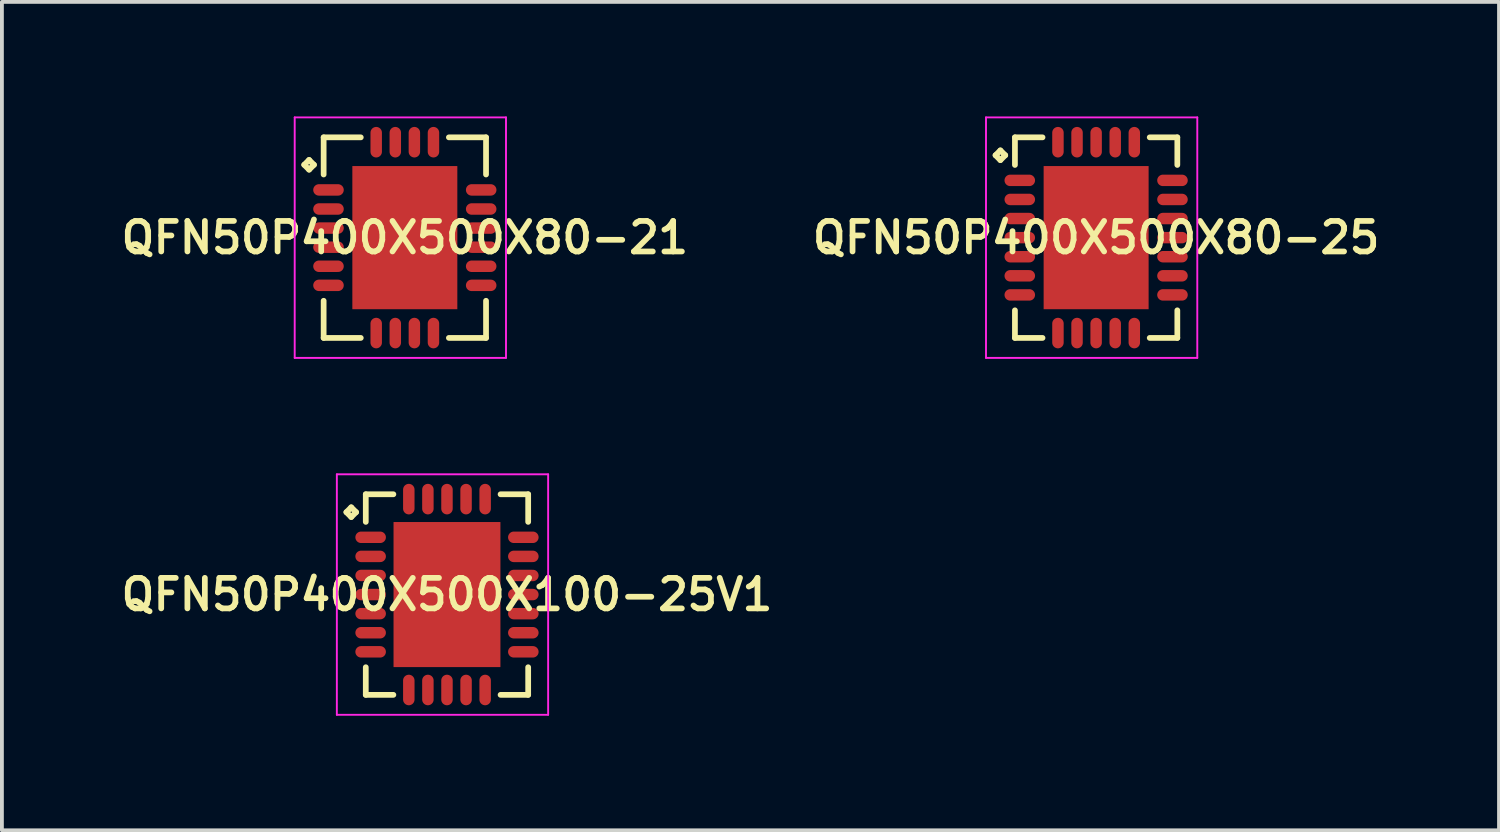
<source format=kicad_pcb>
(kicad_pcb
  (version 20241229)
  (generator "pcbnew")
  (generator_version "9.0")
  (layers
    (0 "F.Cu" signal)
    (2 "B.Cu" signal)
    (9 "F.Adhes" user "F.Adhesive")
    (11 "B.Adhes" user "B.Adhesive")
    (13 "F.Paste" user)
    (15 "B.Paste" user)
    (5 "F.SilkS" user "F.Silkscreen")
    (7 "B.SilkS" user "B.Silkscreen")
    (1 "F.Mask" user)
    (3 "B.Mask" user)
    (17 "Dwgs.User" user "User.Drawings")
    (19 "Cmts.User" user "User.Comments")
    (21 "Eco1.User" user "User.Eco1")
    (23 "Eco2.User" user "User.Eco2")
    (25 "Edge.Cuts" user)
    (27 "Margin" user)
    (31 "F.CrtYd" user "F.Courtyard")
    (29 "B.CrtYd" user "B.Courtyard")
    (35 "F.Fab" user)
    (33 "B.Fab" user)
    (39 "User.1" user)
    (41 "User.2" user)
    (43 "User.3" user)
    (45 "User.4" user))
  (footprint "QFN50P400X500X80-25"
    (layer "F.Cu")
    (at 25.664 3.175)
    (property "Reference" "QFN50P400X500X80-25" (at 0 0 0) (layer "F.SilkS") (effects (font (size 0.8 0.8) (thickness 0.15))))
    (attr smd)
    (fp_line (start -2.635 -2.158) (end -2.508 -2.285) (stroke (width 0.15) (type solid)) (layer "F.SilkS"))
    (fp_line (start -2.508 -2.285) (end -2.381 -2.158) (stroke (width 0.15) (type solid)) (layer "F.SilkS"))
    (fp_line (start -2.508 -2.031) (end -2.635 -2.158) (stroke (width 0.15) (type solid)) (layer "F.SilkS"))
    (fp_line (start -2.381 -2.158) (end -2.508 -2.031) (stroke (width 0.15) (type solid)) (layer "F.SilkS"))
    (fp_line (start -2.127 -2.627) (end -1.404 -2.627) (stroke (width 0.15) (type solid)) (layer "F.SilkS"))
    (fp_line (start -2.127 -1.904) (end -2.127 -2.627) (stroke (width 0.15) (type solid)) (layer "F.SilkS"))
    (fp_line (start -2.127 1.904) (end -2.127 2.627) (stroke (width 0.15) (type solid)) (layer "F.SilkS"))
    (fp_line (start -2.127 2.627) (end -1.404 2.627) (stroke (width 0.15) (type solid)) (layer "F.SilkS"))
    (fp_line (start 1.404 -2.627) (end 2.127 -2.627) (stroke (width 0.15) (type solid)) (layer "F.SilkS"))
    (fp_line (start 1.404 2.627) (end 2.127 2.627) (stroke (width 0.15) (type solid)) (layer "F.SilkS"))
    (fp_line (start 2.127 -2.627) (end 2.127 -1.904) (stroke (width 0.15) (type solid)) (layer "F.SilkS"))
    (fp_line (start 2.127 2.627) (end 2.127 1.904) (stroke (width 0.15) (type solid)) (layer "F.SilkS"))
    (fp_line (start -2.885 -3.15) (end 2.65 -3.15) (stroke (width 0.05) (type solid)) (layer "F.CrtYd"))
    (fp_line (start -2.885 3.15) (end -2.885 -3.15) (stroke (width 0.05) (type solid)) (layer "F.CrtYd"))
    (fp_line (start 2.65 -3.15) (end 2.65 3.15) (stroke (width 0.05) (type solid)) (layer "F.CrtYd"))
    (fp_line (start 2.65 3.15) (end -2.885 3.15) (stroke (width 0.05) (type solid)) (layer "F.CrtYd"))
    (pad "1" smd oval (at -2 -1.5) (size 0.8 0.3) (layers "F.Cu" "F.Mask" "F.Paste"))
    (pad "2" smd oval (at -2 -1) (size 0.8 0.3) (layers "F.Cu" "F.Mask" "F.Paste"))
    (pad "3" smd oval (at -2 -0.5) (size 0.8 0.3) (layers "F.Cu" "F.Mask" "F.Paste"))
    (pad "4" smd oval (at -2 0) (size 0.8 0.3) (layers "F.Cu" "F.Mask" "F.Paste"))
    (pad "5" smd oval (at -2 0.5) (size 0.8 0.3) (layers "F.Cu" "F.Mask" "F.Paste"))
    (pad "6" smd oval (at -2 1) (size 0.8 0.3) (layers "F.Cu" "F.Mask" "F.Paste"))
    (pad "7" smd oval (at -2 1.5) (size 0.8 0.3) (layers "F.Cu" "F.Mask" "F.Paste"))
    (pad "8" smd oval (at -1 2.5) (size 0.3 0.8) (layers "F.Cu" "F.Mask" "F.Paste"))
    (pad "9" smd oval (at -0.5 2.5) (size 0.3 0.8) (layers "F.Cu" "F.Mask" "F.Paste"))
    (pad "10" smd oval (at 0 2.5) (size 0.3 0.8) (layers "F.Cu" "F.Mask" "F.Paste"))
    (pad "11" smd oval (at 0.5 2.5) (size 0.3 0.8) (layers "F.Cu" "F.Mask" "F.Paste"))
    (pad "12" smd oval (at 1 2.5) (size 0.3 0.8) (layers "F.Cu" "F.Mask" "F.Paste"))
    (pad "13" smd oval (at 2 1.5) (size 0.8 0.3) (layers "F.Cu" "F.Mask" "F.Paste"))
    (pad "14" smd oval (at 2 1) (size 0.8 0.3) (layers "F.Cu" "F.Mask" "F.Paste"))
    (pad "15" smd oval (at 2 0.5) (size 0.8 0.3) (layers "F.Cu" "F.Mask" "F.Paste"))
    (pad "16" smd oval (at 2 0) (size 0.8 0.3) (layers "F.Cu" "F.Mask" "F.Paste"))
    (pad "17" smd oval (at 2 -0.5) (size 0.8 0.3) (layers "F.Cu" "F.Mask" "F.Paste"))
    (pad "18" smd oval (at 2 -1) (size 0.8 0.3) (layers "F.Cu" "F.Mask" "F.Paste"))
    (pad "19" smd oval (at 2 -1.5) (size 0.8 0.3) (layers "F.Cu" "F.Mask" "F.Paste"))
    (pad "20" smd oval (at 1 -2.5) (size 0.3 0.8) (layers "F.Cu" "F.Mask" "F.Paste"))
    (pad "21" smd oval (at 0.5 -2.5) (size 0.3 0.8) (layers "F.Cu" "F.Mask" "F.Paste"))
    (pad "22" smd oval (at 0 -2.5) (size 0.3 0.8) (layers "F.Cu" "F.Mask" "F.Paste"))
    (pad "23" smd oval (at -0.5 -2.5) (size 0.3 0.8) (layers "F.Cu" "F.Mask" "F.Paste"))
    (pad "24" smd oval (at -1 -2.5) (size 0.3 0.8) (layers "F.Cu" "F.Mask" "F.Paste"))
    (pad "25" smd rect (at 0 0) (size 2.75 3.75) (layers "F.Cu" "F.Mask" "F.Paste")))
  (footprint "QFN50P400X500X80-21"
    (layer "F.Cu")
    (at 7.555 3.175)
    (property "Reference" "QFN50P400X500X80-21" (at 0 0 0) (layer "F.SilkS") (effects (font (size 0.8 0.8) (thickness 0.15))))
    (attr smd)
    (fp_line (start -2.635 -1.908) (end -2.508 -2.035) (stroke (width 0.15) (type solid)) (layer "F.SilkS"))
    (fp_line (start -2.508 -2.035) (end -2.381 -1.908) (stroke (width 0.15) (type solid)) (layer "F.SilkS"))
    (fp_line (start -2.508 -1.781) (end -2.635 -1.908) (stroke (width 0.15) (type solid)) (layer "F.SilkS"))
    (fp_line (start -2.381 -1.908) (end -2.508 -1.781) (stroke (width 0.15) (type solid)) (layer "F.SilkS"))
    (fp_line (start -2.127 -2.627) (end -1.154 -2.627) (stroke (width 0.15) (type solid)) (layer "F.SilkS"))
    (fp_line (start -2.127 -1.654) (end -2.127 -2.627) (stroke (width 0.15) (type solid)) (layer "F.SilkS"))
    (fp_line (start -2.127 1.654) (end -2.127 2.627) (stroke (width 0.15) (type solid)) (layer "F.SilkS"))
    (fp_line (start -2.127 2.627) (end -1.154 2.627) (stroke (width 0.15) (type solid)) (layer "F.SilkS"))
    (fp_line (start 1.154 -2.627) (end 2.127 -2.627) (stroke (width 0.15) (type solid)) (layer "F.SilkS"))
    (fp_line (start 1.154 2.627) (end 2.127 2.627) (stroke (width 0.15) (type solid)) (layer "F.SilkS"))
    (fp_line (start 2.127 -2.627) (end 2.127 -1.654) (stroke (width 0.15) (type solid)) (layer "F.SilkS"))
    (fp_line (start 2.127 2.627) (end 2.127 1.654) (stroke (width 0.15) (type solid)) (layer "F.SilkS"))
    (fp_line (start -2.885 -3.15) (end 2.65 -3.15) (stroke (width 0.05) (type solid)) (layer "F.CrtYd"))
    (fp_line (start -2.885 3.15) (end -2.885 -3.15) (stroke (width 0.05) (type solid)) (layer "F.CrtYd"))
    (fp_line (start 2.65 -3.15) (end 2.65 3.15) (stroke (width 0.05) (type solid)) (layer "F.CrtYd"))
    (fp_line (start 2.65 3.15) (end -2.885 3.15) (stroke (width 0.05) (type solid)) (layer "F.CrtYd"))
    (pad "1" smd oval (at -2 -1.25) (size 0.8 0.3) (layers "F.Cu" "F.Mask" "F.Paste"))
    (pad "2" smd oval (at -2 -0.75) (size 0.8 0.3) (layers "F.Cu" "F.Mask" "F.Paste"))
    (pad "3" smd oval (at -2 -0.25) (size 0.8 0.3) (layers "F.Cu" "F.Mask" "F.Paste"))
    (pad "4" smd oval (at -2 0.25) (size 0.8 0.3) (layers "F.Cu" "F.Mask" "F.Paste"))
    (pad "5" smd oval (at -2 0.75) (size 0.8 0.3) (layers "F.Cu" "F.Mask" "F.Paste"))
    (pad "6" smd oval (at -2 1.25) (size 0.8 0.3) (layers "F.Cu" "F.Mask" "F.Paste"))
    (pad "7" smd oval (at -0.75 2.5) (size 0.3 0.8) (layers "F.Cu" "F.Mask" "F.Paste"))
    (pad "8" smd oval (at -0.25 2.5) (size 0.3 0.8) (layers "F.Cu" "F.Mask" "F.Paste"))
    (pad "9" smd oval (at 0.25 2.5) (size 0.3 0.8) (layers "F.Cu" "F.Mask" "F.Paste"))
    (pad "10" smd oval (at 0.75 2.5) (size 0.3 0.8) (layers "F.Cu" "F.Mask" "F.Paste"))
    (pad "11" smd oval (at 2 1.25) (size 0.8 0.3) (layers "F.Cu" "F.Mask" "F.Paste"))
    (pad "12" smd oval (at 2 0.75) (size 0.8 0.3) (layers "F.Cu" "F.Mask" "F.Paste"))
    (pad "13" smd oval (at 2 0.25) (size 0.8 0.3) (layers "F.Cu" "F.Mask" "F.Paste"))
    (pad "14" smd oval (at 2 -0.25) (size 0.8 0.3) (layers "F.Cu" "F.Mask" "F.Paste"))
    (pad "15" smd oval (at 2 -0.75) (size 0.8 0.3) (layers "F.Cu" "F.Mask" "F.Paste"))
    (pad "16" smd oval (at 2 -1.25) (size 0.8 0.3) (layers "F.Cu" "F.Mask" "F.Paste"))
    (pad "17" smd oval (at 0.75 -2.5) (size 0.3 0.8) (layers "F.Cu" "F.Mask" "F.Paste"))
    (pad "18" smd oval (at 0.25 -2.5) (size 0.3 0.8) (layers "F.Cu" "F.Mask" "F.Paste"))
    (pad "19" smd oval (at -0.25 -2.5) (size 0.3 0.8) (layers "F.Cu" "F.Mask" "F.Paste"))
    (pad "20" smd oval (at -0.75 -2.5) (size 0.3 0.8) (layers "F.Cu" "F.Mask" "F.Paste"))
    (pad "21" smd rect (at 0 0) (size 2.75 3.75) (layers "F.Cu" "F.Mask" "F.Paste")))
  (footprint "QFN50P400X500X100-25V1"
    (layer "F.Cu")
    (at 8.659 12.525)
    (property "Reference" "QFN50P400X500X100-25V1" (at 0 0 0) (layer "F.SilkS") (effects (font (size 0.8 0.8) (thickness 0.15))))
    (attr smd)
    (fp_line (start -2.635 -2.158) (end -2.508 -2.285) (stroke (width 0.15) (type solid)) (layer "F.SilkS"))
    (fp_line (start -2.508 -2.285) (end -2.381 -2.158) (stroke (width 0.15) (type solid)) (layer "F.SilkS"))
    (fp_line (start -2.508 -2.031) (end -2.635 -2.158) (stroke (width 0.15) (type solid)) (layer "F.SilkS"))
    (fp_line (start -2.381 -2.158) (end -2.508 -2.031) (stroke (width 0.15) (type solid)) (layer "F.SilkS"))
    (fp_line (start -2.127 -2.627) (end -1.404 -2.627) (stroke (width 0.15) (type solid)) (layer "F.SilkS"))
    (fp_line (start -2.127 -1.904) (end -2.127 -2.627) (stroke (width 0.15) (type solid)) (layer "F.SilkS"))
    (fp_line (start -2.127 1.904) (end -2.127 2.627) (stroke (width 0.15) (type solid)) (layer "F.SilkS"))
    (fp_line (start -2.127 2.627) (end -1.404 2.627) (stroke (width 0.15) (type solid)) (layer "F.SilkS"))
    (fp_line (start 1.404 -2.627) (end 2.127 -2.627) (stroke (width 0.15) (type solid)) (layer "F.SilkS"))
    (fp_line (start 1.404 2.627) (end 2.127 2.627) (stroke (width 0.15) (type solid)) (layer "F.SilkS"))
    (fp_line (start 2.127 -2.627) (end 2.127 -1.904) (stroke (width 0.15) (type solid)) (layer "F.SilkS"))
    (fp_line (start 2.127 2.627) (end 2.127 1.904) (stroke (width 0.15) (type solid)) (layer "F.SilkS"))
    (fp_line (start -2.885 -3.15) (end 2.65 -3.15) (stroke (width 0.05) (type solid)) (layer "F.CrtYd"))
    (fp_line (start -2.885 3.15) (end -2.885 -3.15) (stroke (width 0.05) (type solid)) (layer "F.CrtYd"))
    (fp_line (start 2.65 -3.15) (end 2.65 3.15) (stroke (width 0.05) (type solid)) (layer "F.CrtYd"))
    (fp_line (start 2.65 3.15) (end -2.885 3.15) (stroke (width 0.05) (type solid)) (layer "F.CrtYd"))
    (pad "1" smd oval (at -2 -1.5) (size 0.8 0.3) (layers "F.Cu" "F.Mask" "F.Paste"))
    (pad "2" smd oval (at -2 -1) (size 0.8 0.3) (layers "F.Cu" "F.Mask" "F.Paste"))
    (pad "3" smd oval (at -2 -0.5) (size 0.8 0.3) (layers "F.Cu" "F.Mask" "F.Paste"))
    (pad "4" smd oval (at -2 0) (size 0.8 0.3) (layers "F.Cu" "F.Mask" "F.Paste"))
    (pad "5" smd oval (at -2 0.5) (size 0.8 0.3) (layers "F.Cu" "F.Mask" "F.Paste"))
    (pad "6" smd oval (at -2 1) (size 0.8 0.3) (layers "F.Cu" "F.Mask" "F.Paste"))
    (pad "7" smd oval (at -2 1.5) (size 0.8 0.3) (layers "F.Cu" "F.Mask" "F.Paste"))
    (pad "8" smd oval (at -1 2.5) (size 0.3 0.8) (layers "F.Cu" "F.Mask" "F.Paste"))
    (pad "9" smd oval (at -0.5 2.5) (size 0.3 0.8) (layers "F.Cu" "F.Mask" "F.Paste"))
    (pad "10" smd oval (at 0 2.5) (size 0.3 0.8) (layers "F.Cu" "F.Mask" "F.Paste"))
    (pad "11" smd oval (at 0.5 2.5) (size 0.3 0.8) (layers "F.Cu" "F.Mask" "F.Paste"))
    (pad "12" smd oval (at 1 2.5) (size 0.3 0.8) (layers "F.Cu" "F.Mask" "F.Paste"))
    (pad "13" smd oval (at 2 1.5) (size 0.8 0.3) (layers "F.Cu" "F.Mask" "F.Paste"))
    (pad "14" smd oval (at 2 1) (size 0.8 0.3) (layers "F.Cu" "F.Mask" "F.Paste"))
    (pad "15" smd oval (at 2 0.5) (size 0.8 0.3) (layers "F.Cu" "F.Mask" "F.Paste"))
    (pad "16" smd oval (at 2 0) (size 0.8 0.3) (layers "F.Cu" "F.Mask" "F.Paste"))
    (pad "17" smd oval (at 2 -0.5) (size 0.8 0.3) (layers "F.Cu" "F.Mask" "F.Paste"))
    (pad "18" smd oval (at 2 -1) (size 0.8 0.3) (layers "F.Cu" "F.Mask" "F.Paste"))
    (pad "19" smd oval (at 2 -1.5) (size 0.8 0.3) (layers "F.Cu" "F.Mask" "F.Paste"))
    (pad "20" smd oval (at 1 -2.5) (size 0.3 0.8) (layers "F.Cu" "F.Mask" "F.Paste"))
    (pad "21" smd oval (at 0.5 -2.5) (size 0.3 0.8) (layers "F.Cu" "F.Mask" "F.Paste"))
    (pad "22" smd oval (at 0 -2.5) (size 0.3 0.8) (layers "F.Cu" "F.Mask" "F.Paste"))
    (pad "23" smd oval (at -0.5 -2.5) (size 0.3 0.8) (layers "F.Cu" "F.Mask" "F.Paste"))
    (pad "24" smd oval (at -1 -2.5) (size 0.3 0.8) (layers "F.Cu" "F.Mask" "F.Paste"))
    (pad "25" smd rect (at 0 0) (size 2.8 3.8) (layers "F.Cu" "F.Mask" "F.Paste")))
  (gr_rect
    (start -3 -3)
    (end 36.218 18.7)
    (stroke (width 0.1) (type default))
    (fill no)
    (layer "Edge.Cuts")))
</source>
